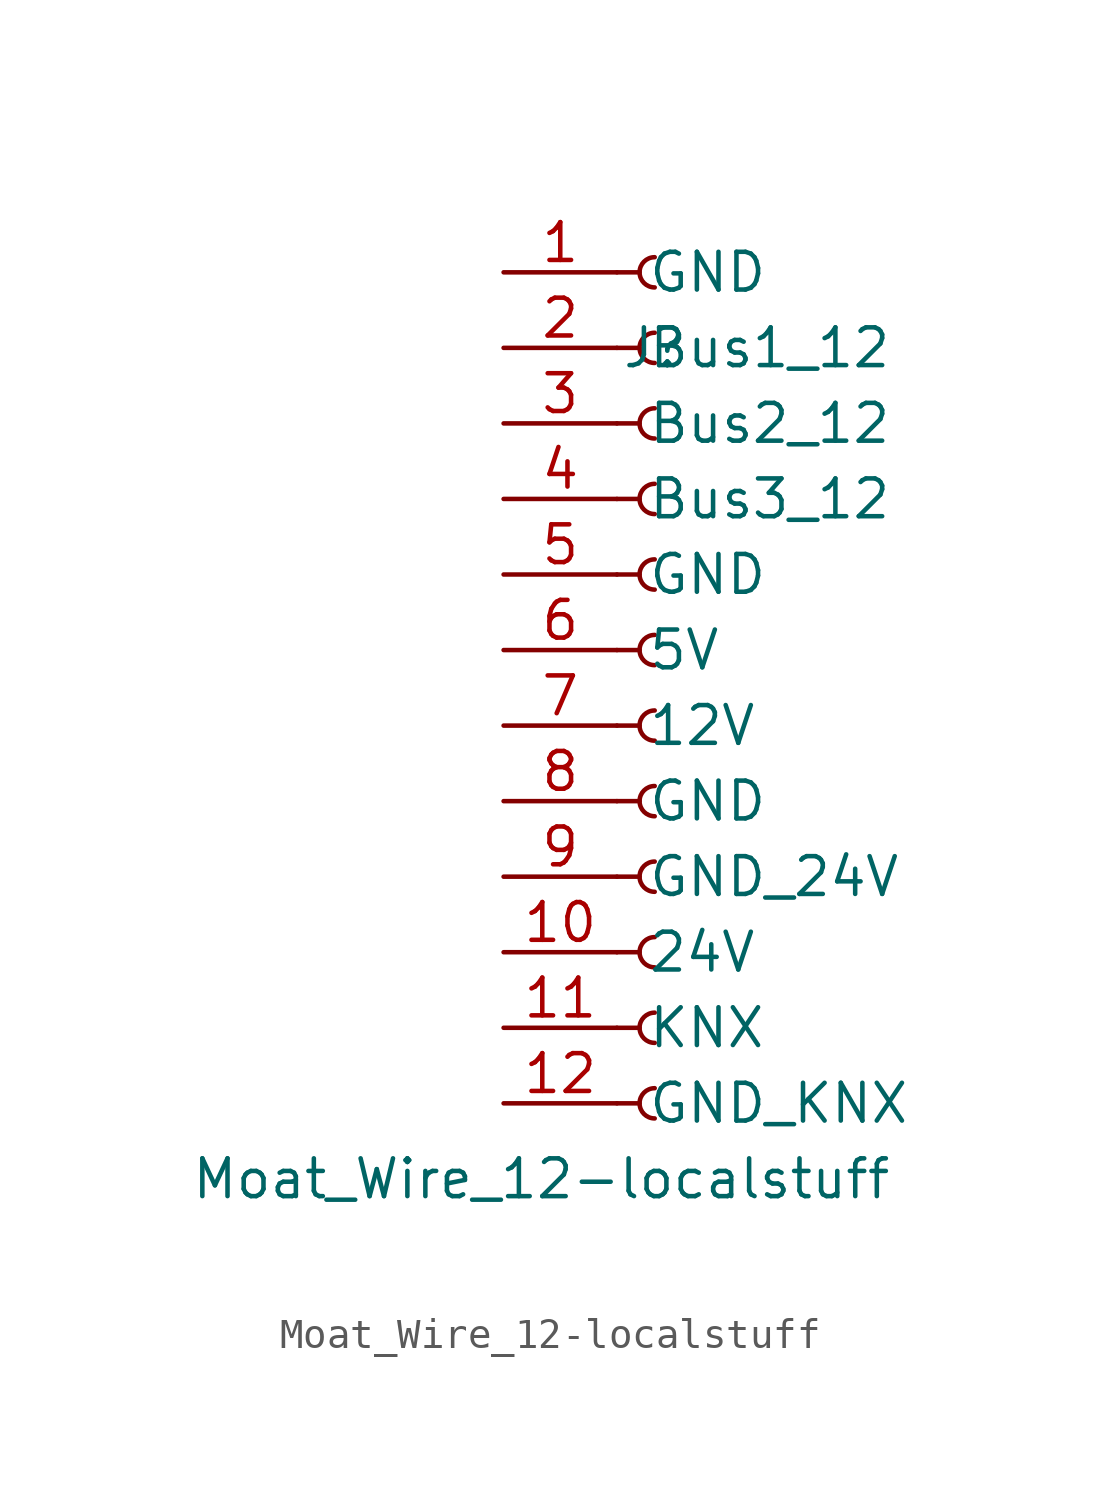
<source format=kicad_sym>
(kicad_symbol_lib
  (version 20211014)
  (generator kicad_symbol_editor)
  (symbol "Moat_Wire_12-localstuff"
    (pin_names
      (offset 1.016))
    (property "Reference" "J"
      (at 0 20.32 0)
      (effects (font (size 1.27 1.27))))
    (property "Value" "Moat_Wire_12-localstuff"
      (at -3.81 -7.62 0)
      (effects (font (size 1.27 1.27))))
    (symbol "Moat_Wire_12-localstuff_1_1"
      (arc (start 0 -4.572) (mid -0.508 -5.08) (end 0 -5.588) (stroke (width 0.1524) (type default) (color 0 0 0 0)) (fill (type none)))
      (arc (start 0 -2.032) (mid -0.508 -2.54) (end 0 -3.048) (stroke (width 0.1524) (type default) (color 0 0 0 0)) (fill (type none)))
      (polyline (pts (xy -1.27 -5.08) (xy -0.508 -5.08)) (stroke (width 0.152) (type default) (color 0 0 0 0)) (fill (type none)))
      (polyline (pts (xy -1.27 -2.54) (xy -0.508 -2.54)) (stroke (width 0.152) (type default) (color 0 0 0 0)) (fill (type none)))
      (polyline (pts (xy -1.27 0) (xy -0.508 0)) (stroke (width 0.152) (type default) (color 0 0 0 0)) (fill (type none)))
      (polyline (pts (xy -1.27 2.54) (xy -0.508 2.54)) (stroke (width 0.152) (type default) (color 0 0 0 0)) (fill (type none)))
      (polyline (pts (xy -1.27 5.08) (xy -0.508 5.08)) (stroke (width 0.152) (type default) (color 0 0 0 0)) (fill (type none)))
      (polyline (pts (xy -1.27 7.62) (xy -0.508 7.62)) (stroke (width 0.152) (type default) (color 0 0 0 0)) (fill (type none)))
      (polyline (pts (xy -1.27 10.16) (xy -0.508 10.16)) (stroke (width 0.152) (type default) (color 0 0 0 0)) (fill (type none)))
      (polyline (pts (xy -1.27 12.7) (xy -0.508 12.7)) (stroke (width 0.152) (type default) (color 0 0 0 0)) (fill (type none)))
      (polyline (pts (xy -1.27 15.24) (xy -0.508 15.24)) (stroke (width 0.152) (type default) (color 0 0 0 0)) (fill (type none)))
      (polyline (pts (xy -1.27 17.78) (xy -0.508 17.78)) (stroke (width 0.152) (type default) (color 0 0 0 0)) (fill (type none)))
      (polyline (pts (xy -1.27 20.32) (xy -0.508 20.32)) (stroke (width 0.152) (type default) (color 0 0 0 0)) (fill (type none)))
      (polyline (pts (xy -1.27 22.86) (xy -0.508 22.86)) (stroke (width 0.152) (type default) (color 0 0 0 0)) (fill (type none)))
      (arc (start 0 0.508) (mid -0.508 0) (end 0 -0.508) (stroke (width 0.1524) (type default) (color 0 0 0 0)) (fill (type none)))
      (arc (start 0 3.048) (mid -0.508 2.54) (end 0 2.032) (stroke (width 0.1524) (type default) (color 0 0 0 0)) (fill (type none)))
      (arc (start 0 5.588) (mid -0.508 5.08) (end 0 4.572) (stroke (width 0.1524) (type default) (color 0 0 0 0)) (fill (type none)))
      (arc (start 0 8.128) (mid -0.508 7.62) (end 0 7.112) (stroke (width 0.1524) (type default) (color 0 0 0 0)) (fill (type none)))
      (arc (start 0 10.668) (mid -0.508 10.16) (end 0 9.652) (stroke (width 0.1524) (type default) (color 0 0 0 0)) (fill (type none)))
      (arc (start 0 13.208) (mid -0.508 12.7) (end 0 12.192) (stroke (width 0.1524) (type default) (color 0 0 0 0)) (fill (type none)))
      (arc (start 0 15.748) (mid -0.508 15.24) (end 0 14.732) (stroke (width 0.1524) (type default) (color 0 0 0 0)) (fill (type none)))
      (arc (start 0 18.288) (mid -0.508 17.78) (end 0 17.272) (stroke (width 0.1524) (type default) (color 0 0 0 0)) (fill (type none)))
      (arc (start 0 20.828) (mid -0.508 20.32) (end 0 19.812) (stroke (width 0.1524) (type default) (color 0 0 0 0)) (fill (type none)))
      (arc (start 0 23.368) (mid -0.508 22.86) (end 0 22.352) (stroke (width 0.1524) (type default) (color 0 0 0 0)) (fill (type none)))
      (pin power_out line (at -5.08 22.86 0) (length 3.81) (name "GND" (effects (font (size 1.27 1.27)))) (number "1" (effects (font (size 1.27 1.27)))))
      (pin power_out line (at -5.08 0 0) (length 3.81) (name "24V" (effects (font (size 1.27 1.27)))) (number "10" (effects (font (size 1.27 1.27)))))
      (pin power_out line (at -5.08 -2.54 0) (length 3.81) (name "KNX" (effects (font (size 1.27 1.27)))) (number "11" (effects (font (size 1.27 1.27)))))
      (pin power_out line (at -5.08 -5.08 0) (length 3.81) (name "GND_KNX" (effects (font (size 1.27 1.27)))) (number "12" (effects (font (size 1.27 1.27)))))
      (pin bidirectional line (at -5.08 20.32 0) (length 3.81) (name "Bus1_12" (effects (font (size 1.27 1.27)))) (number "2" (effects (font (size 1.27 1.27)))))
      (pin bidirectional line (at -5.08 17.78 0) (length 3.81) (name "Bus2_12" (effects (font (size 1.27 1.27)))) (number "3" (effects (font (size 1.27 1.27)))))
      (pin bidirectional line (at -5.08 15.24 0) (length 3.81) (name "Bus3_12" (effects (font (size 1.27 1.27)))) (number "4" (effects (font (size 1.27 1.27)))))
      (pin power_out line (at -5.08 12.7 0) (length 3.81) (name "GND" (effects (font (size 1.27 1.27)))) (number "5" (effects (font (size 1.27 1.27)))))
      (pin power_out line (at -5.08 10.16 0) (length 3.81) (name "5V" (effects (font (size 1.27 1.27)))) (number "6" (effects (font (size 1.27 1.27)))))
      (pin power_out line (at -5.08 7.62 0) (length 3.81) (name "12V" (effects (font (size 1.27 1.27)))) (number "7" (effects (font (size 1.27 1.27)))))
      (pin power_out line (at -5.08 5.08 0) (length 3.81) (name "GND" (effects (font (size 1.27 1.27)))) (number "8" (effects (font (size 1.27 1.27)))))
      (pin power_out line (at -5.08 2.54 0) (length 3.81) (name "GND_24V" (effects (font (size 1.27 1.27)))) (number "9" (effects (font (size 1.27 1.27))))))))
</source>
